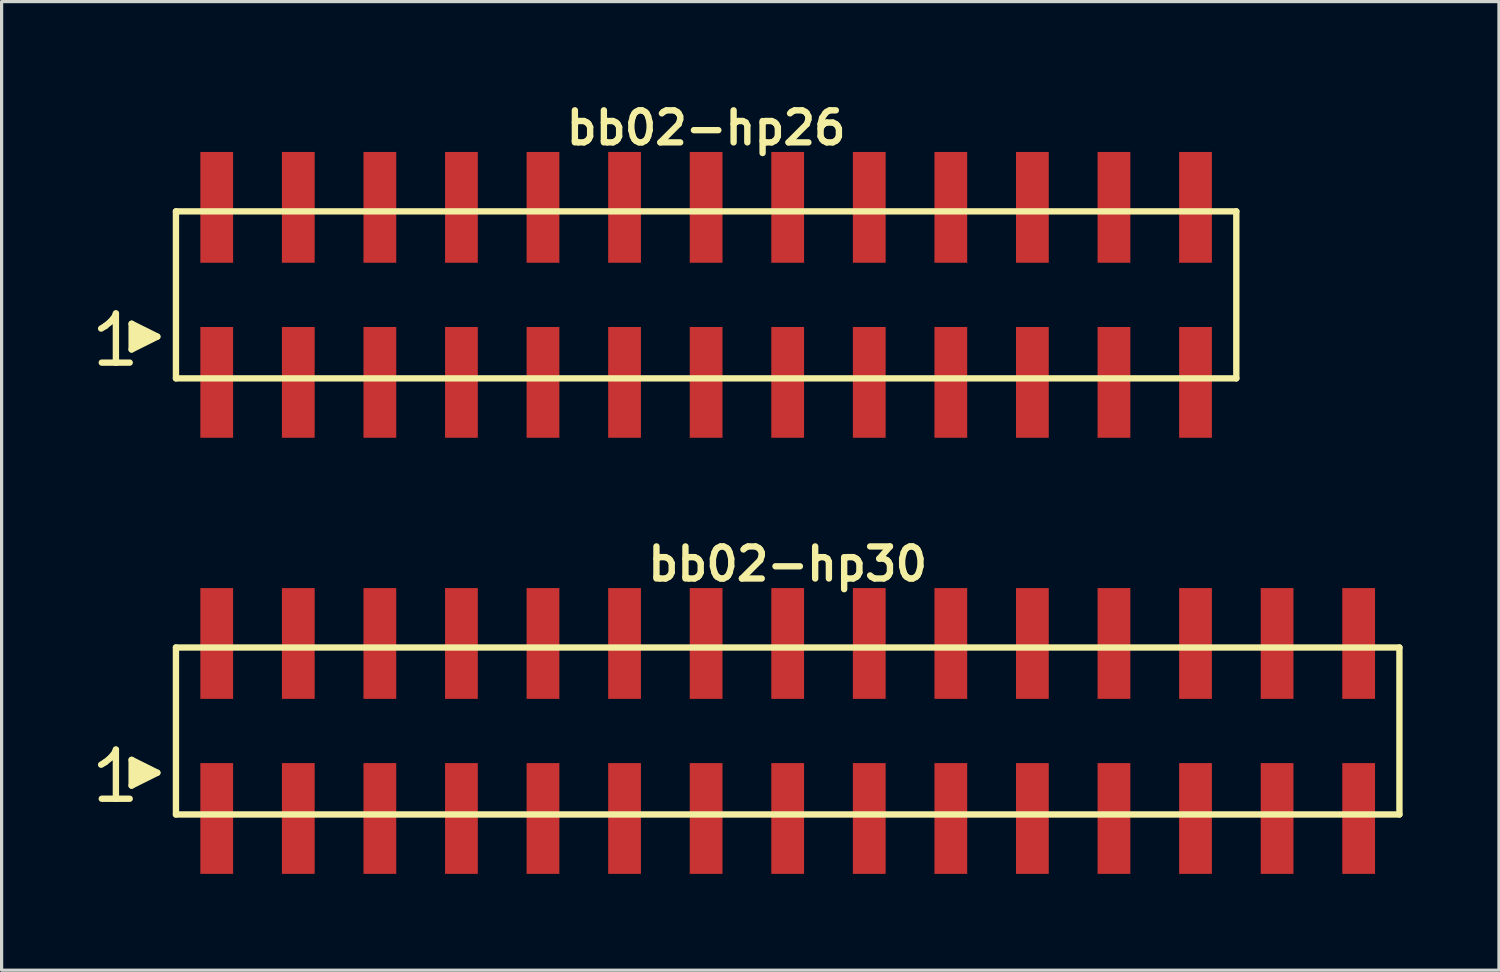
<source format=kicad_pcb>
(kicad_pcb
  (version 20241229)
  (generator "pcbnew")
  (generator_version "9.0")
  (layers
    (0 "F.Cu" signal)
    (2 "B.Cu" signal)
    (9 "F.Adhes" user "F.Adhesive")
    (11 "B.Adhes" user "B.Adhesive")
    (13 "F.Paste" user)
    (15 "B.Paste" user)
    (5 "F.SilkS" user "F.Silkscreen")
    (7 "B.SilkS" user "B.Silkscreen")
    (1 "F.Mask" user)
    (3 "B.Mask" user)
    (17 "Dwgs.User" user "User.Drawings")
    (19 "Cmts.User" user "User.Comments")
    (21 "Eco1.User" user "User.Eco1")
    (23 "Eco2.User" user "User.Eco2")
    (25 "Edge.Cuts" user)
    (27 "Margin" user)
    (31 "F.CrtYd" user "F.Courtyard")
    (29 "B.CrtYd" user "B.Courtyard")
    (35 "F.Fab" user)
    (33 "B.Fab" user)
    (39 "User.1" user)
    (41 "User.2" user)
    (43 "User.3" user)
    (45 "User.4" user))
  (footprint "bb02-hp30"
    (layer "F.Cu")
    (at 21.479 19.713)
    (property "Reference" "bb02-hp30" (at 0 -5.2 0) (layer "F.SilkS") (effects (font (size 0.998 0.998) (thickness 0.198))))
    (attr through_hole)
    (fp_line (start -21.38 1.05) (end -21.25 0.97) (stroke (width 0.198) (type solid)) (layer "F.SilkS"))
    (fp_line (start -21.25 0.97) (end -21.09 0.84) (stroke (width 0.198) (type solid)) (layer "F.SilkS"))
    (fp_line (start -21.09 0.84) (end -20.95 0.67) (stroke (width 0.198) (type solid)) (layer "F.SilkS"))
    (fp_line (start -20.95 0.67) (end -20.92 0.58) (stroke (width 0.198) (type solid)) (layer "F.SilkS"))
    (fp_line (start -20.92 0.58) (end -20.92 2.11) (stroke (width 0.198) (type solid)) (layer "F.SilkS"))
    (fp_line (start -20.92 2.11) (end -21.36 2.11) (stroke (width 0.198) (type solid)) (layer "F.SilkS"))
    (fp_line (start -20.49 2.11) (end -20.93 2.11) (stroke (width 0.198) (type solid)) (layer "F.SilkS"))
    (fp_line (start -20.43 0.9) (end -19.63 1.3) (stroke (width 0.198) (type solid)) (layer "F.SilkS"))
    (fp_line (start -20.43 1.7) (end -20.43 0.9) (stroke (width 0.198) (type solid)) (layer "F.SilkS"))
    (fp_line (start -20.33 1.6) (end -20.33 1) (stroke (width 0.198) (type solid)) (layer "F.SilkS"))
    (fp_line (start -20.23 1.1) (end -20.23 1.5) (stroke (width 0.198) (type solid)) (layer "F.SilkS"))
    (fp_line (start -20.13 1.5) (end -20.13 1.1) (stroke (width 0.198) (type solid)) (layer "F.SilkS"))
    (fp_line (start -20.03 1.2) (end -20.03 1.4) (stroke (width 0.198) (type solid)) (layer "F.SilkS"))
    (fp_line (start -19.93 1.4) (end -19.93 1.2) (stroke (width 0.198) (type solid)) (layer "F.SilkS"))
    (fp_line (start -19.63 1.3) (end -20.43 1.7) (stroke (width 0.198) (type solid)) (layer "F.SilkS"))
    (fp_line (start -19.05 -2.6) (end -19.05 2.6) (stroke (width 0.198) (type solid)) (layer "F.SilkS"))
    (fp_line (start -19.05 -2.6) (end 19.05 -2.6) (stroke (width 0.198) (type solid)) (layer "F.SilkS"))
    (fp_line (start 19.05 2.6) (end -19.05 2.6) (stroke (width 0.198) (type solid)) (layer "F.SilkS"))
    (fp_line (start 19.05 2.6) (end 19.05 -2.6) (stroke (width 0.198) (type solid)) (layer "F.SilkS"))
    (pad "1" smd rect (at -17.78 2.725) (size 1.02 3.45) (layers "F.Cu" "F.Mask" "F.Paste"))
    (pad "2" smd rect (at -17.78 -2.725) (size 1.02 3.45) (layers "F.Cu" "F.Mask" "F.Paste"))
    (pad "3" smd rect (at -15.24 2.725) (size 1.02 3.45) (layers "F.Cu" "F.Mask" "F.Paste"))
    (pad "4" smd rect (at -15.24 -2.725) (size 1.02 3.45) (layers "F.Cu" "F.Mask" "F.Paste"))
    (pad "5" smd rect (at -12.7 2.725) (size 1.02 3.45) (layers "F.Cu" "F.Mask" "F.Paste"))
    (pad "6" smd rect (at -12.7 -2.725) (size 1.02 3.45) (layers "F.Cu" "F.Mask" "F.Paste"))
    (pad "7" smd rect (at -10.16 2.725) (size 1.02 3.45) (layers "F.Cu" "F.Mask" "F.Paste"))
    (pad "8" smd rect (at -10.16 -2.725) (size 1.02 3.45) (layers "F.Cu" "F.Mask" "F.Paste"))
    (pad "9" smd rect (at -7.62 2.725) (size 1.02 3.45) (layers "F.Cu" "F.Mask" "F.Paste"))
    (pad "10" smd rect (at -7.62 -2.725) (size 1.02 3.45) (layers "F.Cu" "F.Mask" "F.Paste"))
    (pad "11" smd rect (at -5.08 2.725) (size 1.02 3.45) (layers "F.Cu" "F.Mask" "F.Paste"))
    (pad "12" smd rect (at -5.08 -2.725) (size 1.02 3.45) (layers "F.Cu" "F.Mask" "F.Paste"))
    (pad "13" smd rect (at -2.54 2.725) (size 1.02 3.45) (layers "F.Cu" "F.Mask" "F.Paste"))
    (pad "14" smd rect (at -2.54 -2.725) (size 1.02 3.45) (layers "F.Cu" "F.Mask" "F.Paste"))
    (pad "15" smd rect (at 0 2.725) (size 1.02 3.45) (layers "F.Cu" "F.Mask" "F.Paste"))
    (pad "16" smd rect (at 0 -2.725) (size 1.02 3.45) (layers "F.Cu" "F.Mask" "F.Paste"))
    (pad "17" smd rect (at 2.54 2.725) (size 1.02 3.45) (layers "F.Cu" "F.Mask" "F.Paste"))
    (pad "18" smd rect (at 2.54 -2.725) (size 1.02 3.45) (layers "F.Cu" "F.Mask" "F.Paste"))
    (pad "19" smd rect (at 5.08 2.725) (size 1.02 3.45) (layers "F.Cu" "F.Mask" "F.Paste"))
    (pad "20" smd rect (at 5.08 -2.725) (size 1.02 3.45) (layers "F.Cu" "F.Mask" "F.Paste"))
    (pad "21" smd rect (at 7.62 2.725) (size 1.02 3.45) (layers "F.Cu" "F.Mask" "F.Paste"))
    (pad "22" smd rect (at 7.62 -2.725) (size 1.02 3.45) (layers "F.Cu" "F.Mask" "F.Paste"))
    (pad "23" smd rect (at 10.16 2.725) (size 1.02 3.45) (layers "F.Cu" "F.Mask" "F.Paste"))
    (pad "24" smd rect (at 10.16 -2.725) (size 1.02 3.45) (layers "F.Cu" "F.Mask" "F.Paste"))
    (pad "25" smd rect (at 12.7 2.725) (size 1.02 3.45) (layers "F.Cu" "F.Mask" "F.Paste"))
    (pad "26" smd rect (at 12.7 -2.725) (size 1.02 3.45) (layers "F.Cu" "F.Mask" "F.Paste"))
    (pad "27" smd rect (at 15.24 2.725) (size 1.02 3.45) (layers "F.Cu" "F.Mask" "F.Paste"))
    (pad "28" smd rect (at 15.24 -2.725) (size 1.02 3.45) (layers "F.Cu" "F.Mask" "F.Paste"))
    (pad "29" smd rect (at 17.78 2.725) (size 1.02 3.45) (layers "F.Cu" "F.Mask" "F.Paste"))
    (pad "30" smd rect (at 17.78 -2.725) (size 1.02 3.45) (layers "F.Cu" "F.Mask" "F.Paste")))
  (footprint "bb02-hp26"
    (layer "F.Cu")
    (at 18.939 6.132)
    (property "Reference" "bb02-hp26" (at 0 -5.2 0) (layer "F.SilkS") (effects (font (size 0.998 0.998) (thickness 0.198))))
    (attr through_hole)
    (fp_line (start -18.84 1.05) (end -18.71 0.97) (stroke (width 0.198) (type solid)) (layer "F.SilkS"))
    (fp_line (start -18.71 0.97) (end -18.55 0.84) (stroke (width 0.198) (type solid)) (layer "F.SilkS"))
    (fp_line (start -18.55 0.84) (end -18.41 0.67) (stroke (width 0.198) (type solid)) (layer "F.SilkS"))
    (fp_line (start -18.41 0.67) (end -18.38 0.58) (stroke (width 0.198) (type solid)) (layer "F.SilkS"))
    (fp_line (start -18.38 0.58) (end -18.38 2.11) (stroke (width 0.198) (type solid)) (layer "F.SilkS"))
    (fp_line (start -18.38 2.11) (end -18.82 2.11) (stroke (width 0.198) (type solid)) (layer "F.SilkS"))
    (fp_line (start -17.95 2.11) (end -18.39 2.11) (stroke (width 0.198) (type solid)) (layer "F.SilkS"))
    (fp_line (start -17.89 0.9) (end -17.09 1.3) (stroke (width 0.198) (type solid)) (layer "F.SilkS"))
    (fp_line (start -17.89 1.7) (end -17.89 0.9) (stroke (width 0.198) (type solid)) (layer "F.SilkS"))
    (fp_line (start -17.79 1.6) (end -17.79 1) (stroke (width 0.198) (type solid)) (layer "F.SilkS"))
    (fp_line (start -17.69 1.1) (end -17.69 1.5) (stroke (width 0.198) (type solid)) (layer "F.SilkS"))
    (fp_line (start -17.59 1.5) (end -17.59 1.1) (stroke (width 0.198) (type solid)) (layer "F.SilkS"))
    (fp_line (start -17.49 1.2) (end -17.49 1.4) (stroke (width 0.198) (type solid)) (layer "F.SilkS"))
    (fp_line (start -17.39 1.4) (end -17.39 1.2) (stroke (width 0.198) (type solid)) (layer "F.SilkS"))
    (fp_line (start -17.09 1.3) (end -17.89 1.7) (stroke (width 0.198) (type solid)) (layer "F.SilkS"))
    (fp_line (start -16.51 -2.6) (end -16.51 2.6) (stroke (width 0.198) (type solid)) (layer "F.SilkS"))
    (fp_line (start -16.51 -2.6) (end 16.51 -2.6) (stroke (width 0.198) (type solid)) (layer "F.SilkS"))
    (fp_line (start 16.51 2.6) (end -16.51 2.6) (stroke (width 0.198) (type solid)) (layer "F.SilkS"))
    (fp_line (start 16.51 2.6) (end 16.51 -2.6) (stroke (width 0.198) (type solid)) (layer "F.SilkS"))
    (pad "1" smd rect (at -15.24 2.725) (size 1.02 3.45) (layers "F.Cu" "F.Mask" "F.Paste"))
    (pad "2" smd rect (at -15.24 -2.725) (size 1.02 3.45) (layers "F.Cu" "F.Mask" "F.Paste"))
    (pad "3" smd rect (at -12.7 2.725) (size 1.02 3.45) (layers "F.Cu" "F.Mask" "F.Paste"))
    (pad "4" smd rect (at -12.7 -2.725) (size 1.02 3.45) (layers "F.Cu" "F.Mask" "F.Paste"))
    (pad "5" smd rect (at -10.16 2.725) (size 1.02 3.45) (layers "F.Cu" "F.Mask" "F.Paste"))
    (pad "6" smd rect (at -10.16 -2.725) (size 1.02 3.45) (layers "F.Cu" "F.Mask" "F.Paste"))
    (pad "7" smd rect (at -7.62 2.725) (size 1.02 3.45) (layers "F.Cu" "F.Mask" "F.Paste"))
    (pad "8" smd rect (at -7.62 -2.725) (size 1.02 3.45) (layers "F.Cu" "F.Mask" "F.Paste"))
    (pad "9" smd rect (at -5.08 2.725) (size 1.02 3.45) (layers "F.Cu" "F.Mask" "F.Paste"))
    (pad "10" smd rect (at -5.08 -2.725) (size 1.02 3.45) (layers "F.Cu" "F.Mask" "F.Paste"))
    (pad "11" smd rect (at -2.54 2.725) (size 1.02 3.45) (layers "F.Cu" "F.Mask" "F.Paste"))
    (pad "12" smd rect (at -2.54 -2.725) (size 1.02 3.45) (layers "F.Cu" "F.Mask" "F.Paste"))
    (pad "13" smd rect (at 0 2.725) (size 1.02 3.45) (layers "F.Cu" "F.Mask" "F.Paste"))
    (pad "14" smd rect (at 0 -2.725) (size 1.02 3.45) (layers "F.Cu" "F.Mask" "F.Paste"))
    (pad "15" smd rect (at 2.54 2.725) (size 1.02 3.45) (layers "F.Cu" "F.Mask" "F.Paste"))
    (pad "16" smd rect (at 2.54 -2.725) (size 1.02 3.45) (layers "F.Cu" "F.Mask" "F.Paste"))
    (pad "17" smd rect (at 5.08 2.725) (size 1.02 3.45) (layers "F.Cu" "F.Mask" "F.Paste"))
    (pad "18" smd rect (at 5.08 -2.725) (size 1.02 3.45) (layers "F.Cu" "F.Mask" "F.Paste"))
    (pad "19" smd rect (at 7.62 2.725) (size 1.02 3.45) (layers "F.Cu" "F.Mask" "F.Paste"))
    (pad "20" smd rect (at 7.62 -2.725) (size 1.02 3.45) (layers "F.Cu" "F.Mask" "F.Paste"))
    (pad "21" smd rect (at 10.16 2.725) (size 1.02 3.45) (layers "F.Cu" "F.Mask" "F.Paste"))
    (pad "22" smd rect (at 10.16 -2.725) (size 1.02 3.45) (layers "F.Cu" "F.Mask" "F.Paste"))
    (pad "23" smd rect (at 12.7 2.725) (size 1.02 3.45) (layers "F.Cu" "F.Mask" "F.Paste"))
    (pad "24" smd rect (at 12.7 -2.725) (size 1.02 3.45) (layers "F.Cu" "F.Mask" "F.Paste"))
    (pad "25" smd rect (at 15.24 2.725) (size 1.02 3.45) (layers "F.Cu" "F.Mask" "F.Paste"))
    (pad "26" smd rect (at 15.24 -2.725) (size 1.02 3.45) (layers "F.Cu" "F.Mask" "F.Paste")))
  (gr_rect
    (start -3 -3)
    (end 43.628 27.163)
    (stroke (width 0.1) (type default))
    (fill no)
    (layer "Edge.Cuts")))
</source>
